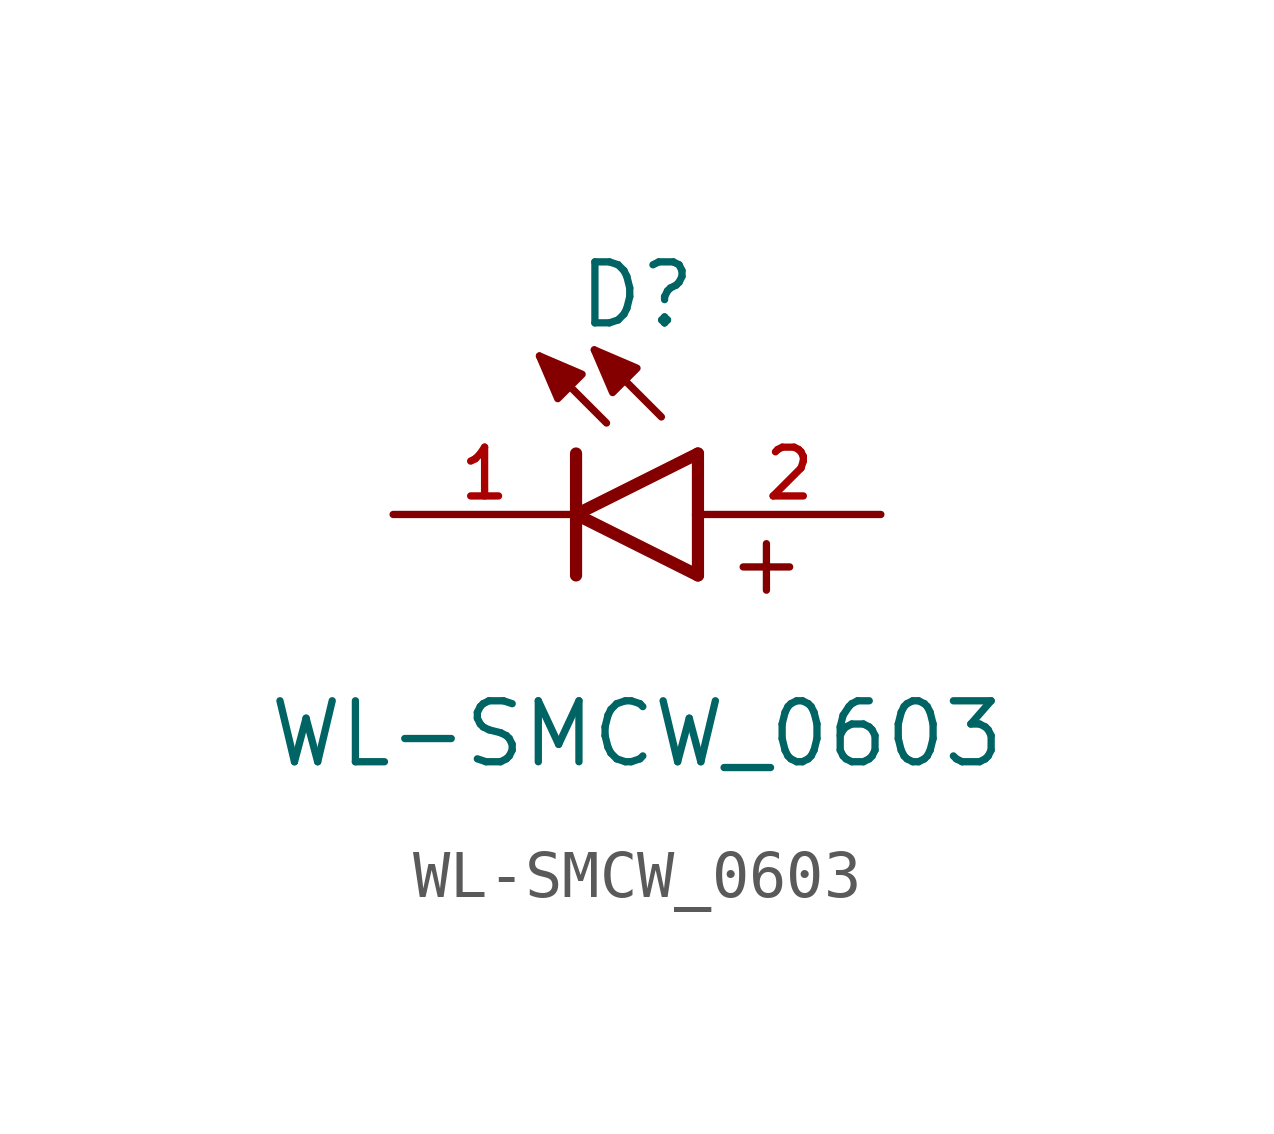
<source format=kicad_sym>
(kicad_symbol_lib
  (version 20231120)
  (generator "kicad_symbol_editor")
  (generator_version "8.0")
  (symbol "WL-SMCW_0603"
    (pin_names
      (offset 1.016))
    (property "Reference" "D"
      (at 0 4.572 0)
      (effects (font (size 1.27 1.27))))
    (property "Value" "WL-SMCW_0603"
      (at 0 -4.572 0)
      (effects (font (size 1.27 1.27))))
    (symbol "WL-SMCW_0603_0_0"
      (polyline (pts (xy -1.27 -1.27) (xy -1.27 0)) (stroke (width 0.254) (type default)) (fill (type none)))
      (polyline (pts (xy -1.27 0) (xy -1.27 1.27)) (stroke (width 0.254) (type default)) (fill (type none)))
      (polyline (pts (xy -1.27 0) (xy 1.27 1.27)) (stroke (width 0.254) (type default)) (fill (type none)))
      (polyline (pts (xy -0.635 1.905) (xy -2.032 3.302)) (stroke (width 0.152) (type default)) (fill (type none)))
      (polyline (pts (xy 0.508 2.032) (xy -0.889 3.429)) (stroke (width 0.152) (type default)) (fill (type none)))
      (polyline (pts (xy 1.27 -1.27) (xy -1.27 0)) (stroke (width 0.254) (type default)) (fill (type none)))
      (polyline (pts (xy 1.27 -1.27) (xy 1.27 0)) (stroke (width 0.254) (type default)) (fill (type none)))
      (polyline (pts (xy 1.27 0) (xy 1.27 1.27)) (stroke (width 0.254) (type default)) (fill (type none)))
      (polyline (pts (xy -2.032 3.302) (xy -1.143 2.921) (xy -1.651 2.413) (xy -2.032 3.302)) (stroke (width 0.152) (type default)) (fill (type outline)))
      (polyline (pts (xy -0.889 3.429) (xy 0 3.048) (xy -0.508 2.54) (xy -0.889 3.429)) (stroke (width 0.152) (type default)) (fill (type outline)))
      (text "+" (at 1.81 -1.74 0) (effects (font (size 1.27 1.27)) (justify left bottom))))
    (symbol "WL-SMCW_0603_1_0"
      (pin passive line (at -5.08 0 0) (length 3.81) (name "~" (effects (font (size 1.016 1.016)))) (number "1" (effects (font (size 1.016 1.016)))))
      (pin passive line (at 5.08 0 180) (length 3.81) (name "~" (effects (font (size 1.016 1.016)))) (number "2" (effects (font (size 1.016 1.016))))))))
</source>
